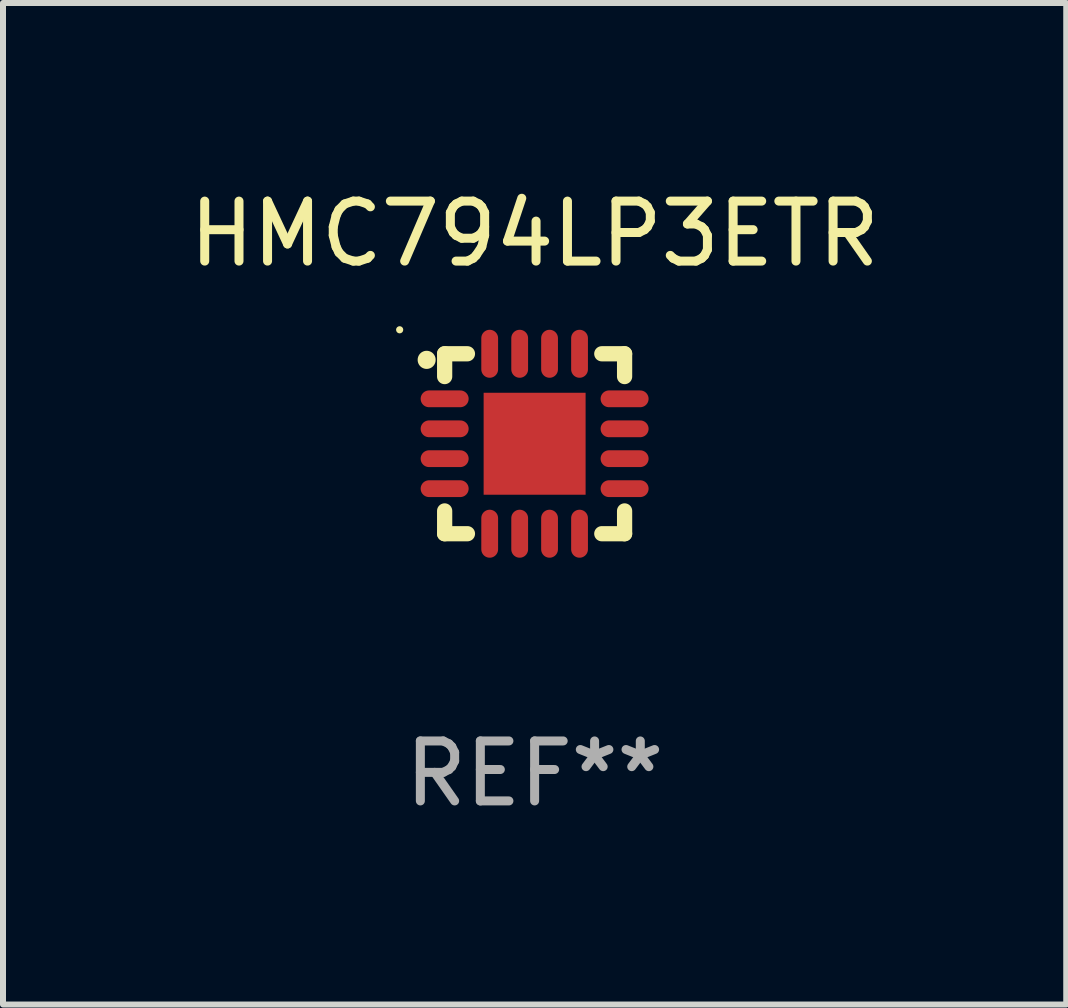
<source format=kicad_pcb>
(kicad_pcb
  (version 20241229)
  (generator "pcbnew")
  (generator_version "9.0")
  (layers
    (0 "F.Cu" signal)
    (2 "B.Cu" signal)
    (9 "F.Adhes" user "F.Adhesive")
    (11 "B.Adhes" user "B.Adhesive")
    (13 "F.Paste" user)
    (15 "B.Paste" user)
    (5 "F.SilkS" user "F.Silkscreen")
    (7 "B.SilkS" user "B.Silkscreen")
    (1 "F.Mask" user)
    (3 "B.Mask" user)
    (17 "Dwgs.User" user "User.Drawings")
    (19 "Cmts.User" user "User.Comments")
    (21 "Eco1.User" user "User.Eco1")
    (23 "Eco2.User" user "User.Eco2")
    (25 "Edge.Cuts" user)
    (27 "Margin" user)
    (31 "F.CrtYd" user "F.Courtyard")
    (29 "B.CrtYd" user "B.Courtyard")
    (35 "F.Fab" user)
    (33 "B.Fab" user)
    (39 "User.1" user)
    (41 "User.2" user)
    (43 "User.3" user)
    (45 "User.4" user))
  (footprint "HMC794LP3ETR"
    (layer "F.Cu")
    (at 5.863 4.348)
    (property "Reference" "HMC794LP3ETR" (at 0 -3.5 0) (layer "F.SilkS") (effects (font (size 1 1) (thickness 0.15))))
    (attr through_hole)
    (fp_line (start -1.5 -1.5) (end -1.12 -1.5) (stroke (width 0.254) (type solid)) (layer "F.SilkS"))
    (fp_line (start -1.5 -1.12) (end -1.5 -1.5) (stroke (width 0.254) (type solid)) (layer "F.SilkS"))
    (fp_line (start -1.5 1.5) (end -1.5 1.12) (stroke (width 0.254) (type solid)) (layer "F.SilkS"))
    (fp_line (start -1.12 1.5) (end -1.5 1.5) (stroke (width 0.254) (type solid)) (layer "F.SilkS"))
    (fp_line (start 1.12 -1.5) (end 1.5 -1.5) (stroke (width 0.254) (type solid)) (layer "F.SilkS"))
    (fp_line (start 1.5 -1.5) (end 1.5 -1.12) (stroke (width 0.254) (type solid)) (layer "F.SilkS"))
    (fp_line (start 1.5 1.12) (end 1.5 1.5) (stroke (width 0.254) (type solid)) (layer "F.SilkS"))
    (fp_line (start 1.5 1.5) (end 1.12 1.5) (stroke (width 0.254) (type solid)) (layer "F.SilkS"))
    (fp_arc (start -1.8 -1.39746) (mid -1.800005 -1.39873) (end -1.8 -1.4) (stroke (width 0.3) (type solid)) (layer "F.SilkS"))
    (fp_circle (center -2.25 -1.9) (end -2.22 -1.9) (stroke (width 0.06) (type solid)) (fill no) (layer "F.SilkS"))
    (fp_text user "REF**" (at 0 5.5 0) (layer "F.Fab") (effects (font (size 1 1) (thickness 0.15))))
    (pad "1" smd oval (at -1.5 -0.749 90) (size 0.28 0.8) (layers "F.Cu" "F.Mask" "F.Paste"))
    (pad "2" smd oval (at -1.5 -0.249 90) (size 0.28 0.8) (layers "F.Cu" "F.Mask" "F.Paste"))
    (pad "3" smd oval (at -1.5 0.249 90) (size 0.28 0.8) (layers "F.Cu" "F.Mask" "F.Paste"))
    (pad "4" smd oval (at -1.5 0.749 90) (size 0.28 0.8) (layers "F.Cu" "F.Mask" "F.Paste"))
    (pad "5" smd oval (at -0.749 1.5) (size 0.28 0.8) (layers "F.Cu" "F.Mask" "F.Paste"))
    (pad "6" smd oval (at -0.249 1.5) (size 0.28 0.8) (layers "F.Cu" "F.Mask" "F.Paste"))
    (pad "7" smd oval (at 0.249 1.5) (size 0.28 0.8) (layers "F.Cu" "F.Mask" "F.Paste"))
    (pad "8" smd oval (at 0.749 1.5) (size 0.28 0.8) (layers "F.Cu" "F.Mask" "F.Paste"))
    (pad "9" smd oval (at 1.5 0.749 90) (size 0.28 0.8) (layers "F.Cu" "F.Mask" "F.Paste"))
    (pad "10" smd oval (at 1.5 0.249 90) (size 0.28 0.8) (layers "F.Cu" "F.Mask" "F.Paste"))
    (pad "11" smd oval (at 1.5 -0.249 90) (size 0.28 0.8) (layers "F.Cu" "F.Mask" "F.Paste"))
    (pad "12" smd oval (at 1.5 -0.749 90) (size 0.28 0.8) (layers "F.Cu" "F.Mask" "F.Paste"))
    (pad "13" smd oval (at 0.749 -1.5) (size 0.28 0.8) (layers "F.Cu" "F.Mask" "F.Paste"))
    (pad "14" smd oval (at 0.249 -1.5) (size 0.28 0.8) (layers "F.Cu" "F.Mask" "F.Paste"))
    (pad "15" smd oval (at -0.249 -1.5) (size 0.28 0.8) (layers "F.Cu" "F.Mask" "F.Paste"))
    (pad "16" smd oval (at -0.749 -1.5) (size 0.28 0.8) (layers "F.Cu" "F.Mask" "F.Paste"))
    (pad "17" smd rect (at 0 0) (size 1.7 1.7) (layers "F.Cu" "F.Mask" "F.Paste")))
  (gr_rect
    (start -3 -3)
    (end 14.726 13.697)
    (stroke (width 0.1) (type default))
    (fill no)
    (layer "Edge.Cuts")))
</source>
